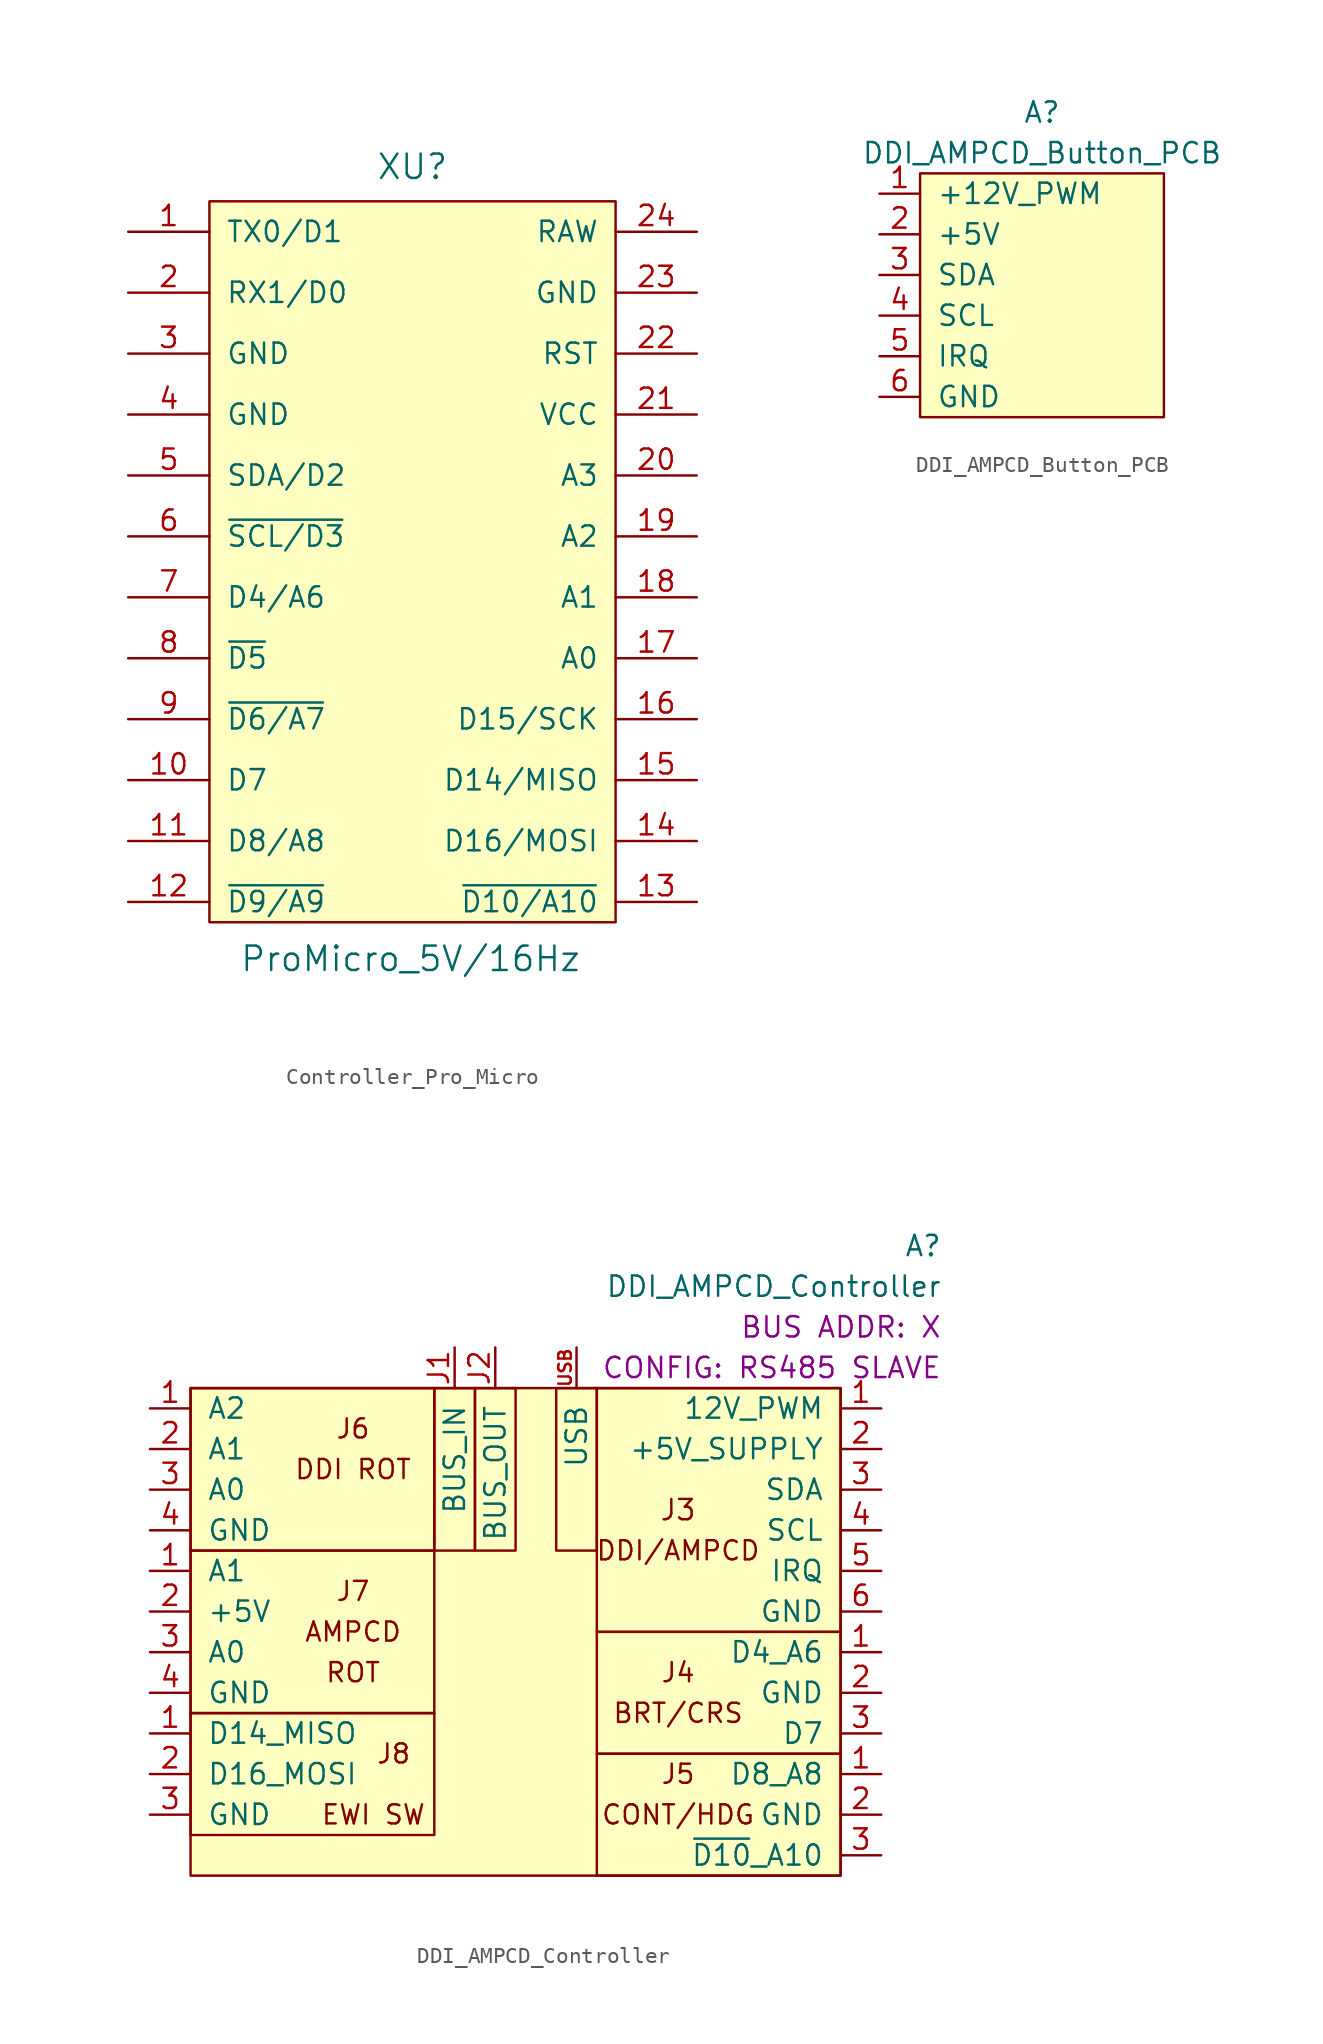
<source format=kicad_sym>
(kicad_symbol_lib
  (version 20220914)
  (generator kicad_symbol_editor)
  (symbol "Controller_Pro_Micro"
    (pin_names
      (offset 1.016))
    (property "Reference" "XU"
      (at 0 28.194 0)
      (effects (font (size 1.524 1.524))))
    (property "Value" "ProMicro_5V/16Hz"
      (at -0.127 -21.336 0)
      (effects (font (size 1.524 1.524))))
    (symbol "Controller_Pro_Micro_0_1"
      (rectangle (start -12.7 26.035) (end 12.7 -19.05) (stroke (width 0) (type default)) (fill (type background))))
    (symbol "Controller_Pro_Micro_1_1"
      (pin bidirectional line (at -17.78 24.13 0) (length 5.08) (name "TX0/D1" (effects (font (size 1.27 1.27)))) (number "1" (effects (font (size 1.27 1.27)))))
      (pin bidirectional line (at -17.78 -10.16 0) (length 5.08) (name "D7" (effects (font (size 1.27 1.27)))) (number "10" (effects (font (size 1.27 1.27)))))
      (pin bidirectional line (at -17.78 -13.97 0) (length 5.08) (name "D8/A8" (effects (font (size 1.27 1.27)))) (number "11" (effects (font (size 1.27 1.27)))))
      (pin bidirectional line (at -17.78 -17.78 0) (length 5.08) (name "~{D9/A9}" (effects (font (size 1.27 1.27)))) (number "12" (effects (font (size 1.27 1.27)))))
      (pin bidirectional line (at 17.78 -17.78 180) (length 5.08) (name "~{D10/A10}" (effects (font (size 1.27 1.27)))) (number "13" (effects (font (size 1.27 1.27)))))
      (pin bidirectional line (at 17.78 -13.97 180) (length 5.08) (name "D16/MOSI" (effects (font (size 1.27 1.27)))) (number "14" (effects (font (size 1.27 1.27)))))
      (pin bidirectional line (at 17.78 -10.16 180) (length 5.08) (name "D14/MISO" (effects (font (size 1.27 1.27)))) (number "15" (effects (font (size 1.27 1.27)))))
      (pin bidirectional line (at 17.78 -6.35 180) (length 5.08) (name "D15/SCK" (effects (font (size 1.27 1.27)))) (number "16" (effects (font (size 1.27 1.27)))))
      (pin bidirectional line (at 17.78 -2.54 180) (length 5.08) (name "A0" (effects (font (size 1.27 1.27)))) (number "17" (effects (font (size 1.27 1.27)))))
      (pin bidirectional line (at 17.78 1.27 180) (length 5.08) (name "A1" (effects (font (size 1.27 1.27)))) (number "18" (effects (font (size 1.27 1.27)))))
      (pin bidirectional line (at 17.78 5.08 180) (length 5.08) (name "A2" (effects (font (size 1.27 1.27)))) (number "19" (effects (font (size 1.27 1.27)))))
      (pin bidirectional line (at -17.78 20.32 0) (length 5.08) (name "RX1/D0" (effects (font (size 1.27 1.27)))) (number "2" (effects (font (size 1.27 1.27)))))
      (pin bidirectional line (at 17.78 8.89 180) (length 5.08) (name "A3" (effects (font (size 1.27 1.27)))) (number "20" (effects (font (size 1.27 1.27)))))
      (pin power_in line (at 17.78 12.7 180) (length 5.08) (name "VCC" (effects (font (size 1.27 1.27)))) (number "21" (effects (font (size 1.27 1.27)))))
      (pin bidirectional line (at 17.78 16.51 180) (length 5.08) (name "RST" (effects (font (size 1.27 1.27)))) (number "22" (effects (font (size 1.27 1.27)))))
      (pin power_in line (at 17.78 20.32 180) (length 5.08) (name "GND" (effects (font (size 1.27 1.27)))) (number "23" (effects (font (size 1.27 1.27)))))
      (pin power_in line (at 17.78 24.13 180) (length 5.08) (name "RAW" (effects (font (size 1.27 1.27)))) (number "24" (effects (font (size 1.27 1.27)))))
      (pin power_in line (at -17.78 16.51 0) (length 5.08) (name "GND" (effects (font (size 1.27 1.27)))) (number "3" (effects (font (size 1.27 1.27)))))
      (pin power_in line (at -17.78 12.7 0) (length 5.08) (name "GND" (effects (font (size 1.27 1.27)))) (number "4" (effects (font (size 1.27 1.27)))))
      (pin bidirectional line (at -17.78 8.89 0) (length 5.08) (name "SDA/D2" (effects (font (size 1.27 1.27)))) (number "5" (effects (font (size 1.27 1.27)))))
      (pin bidirectional line (at -17.78 5.08 0) (length 5.08) (name "~{SCL/D3}" (effects (font (size 1.27 1.27)))) (number "6" (effects (font (size 1.27 1.27)))))
      (pin bidirectional line (at -17.78 1.27 0) (length 5.08) (name "D4/A6" (effects (font (size 1.27 1.27)))) (number "7" (effects (font (size 1.27 1.27)))))
      (pin bidirectional line (at -17.78 -2.54 0) (length 5.08) (name "~{D5}" (effects (font (size 1.27 1.27)))) (number "8" (effects (font (size 1.27 1.27)))))
      (pin bidirectional line (at -17.78 -6.35 0) (length 5.08) (name "~{D6/A7}" (effects (font (size 1.27 1.27)))) (number "9" (effects (font (size 1.27 1.27)))))))
  (symbol "DDI_AMPCD_Button_PCB"
    (pin_names
      (offset 1.016))
    (property "Reference" "A"
      (at 0 11.43 0)
      (effects (font (size 1.27 1.27))))
    (property "Value" "DDI_AMPCD_Button_PCB"
      (at 0 8.89 0)
      (effects (font (size 1.27 1.27))))
    (symbol "DDI_AMPCD_Button_PCB_0_0"
      (rectangle (start -7.62 7.62) (end 7.62 -7.62) (stroke (width 0) (type default)) (fill (type background)))
      (pin power_in line (at -10.16 6.35 0) (length 2.54) (name "+12V_PWM" (effects (font (size 1.27 1.27)))) (number "1" (effects (font (size 1.27 1.27)))))
      (pin bidirectional line (at -10.16 3.81 0) (length 2.54) (name "+5V" (effects (font (size 1.27 1.27)))) (number "2" (effects (font (size 1.27 1.27)))))
      (pin bidirectional line (at -10.16 1.27 0) (length 2.54) (name "SDA" (effects (font (size 1.27 1.27)))) (number "3" (effects (font (size 1.27 1.27)))))
      (pin bidirectional line (at -10.16 -1.27 0) (length 2.54) (name "SCL" (effects (font (size 1.27 1.27)))) (number "4" (effects (font (size 1.27 1.27)))))
      (pin power_out line (at -10.16 -3.81 0) (length 2.54) (name "IRQ" (effects (font (size 1.27 1.27)))) (number "5" (effects (font (size 1.27 1.27)))))
      (pin unspecified line (at -10.16 -6.35 0) (length 2.54) (name "GND" (effects (font (size 1.27 1.27)))) (number "6" (effects (font (size 1.27 1.27)))))))
  (symbol "DDI_AMPCD_Controller"
    (pin_names
      (offset 1.016))
    (property "Reference" "A"
      (at 38.1 49.53 0)
      (effects (font (size 1.27 1.27)) (justify right)))
    (property "Value" "DDI_AMPCD_Controller"
      (at 38.1 46.99 0)
      (effects (font (size 1.27 1.27)) (justify right)))
    (property "CONFIG" "CONFIG: RS485 SLAVE"
      (at 38.1 41.91 0)
      (effects (font (size 1.27 1.27)) (justify right)))
    (property "RS485 ADDR" "BUS ADDR: X"
      (at 38.1 44.45 0)
      (effects (font (size 1.27 1.27)) (justify right)))
    (symbol "DDI_AMPCD_Controller_0_0"
      (rectangle (start -8.89 20.32) (end 6.35 12.7) (stroke (width 0) (type default)) (fill (type none)))
      (rectangle (start -8.89 30.48) (end 6.35 20.32) (stroke (width 0) (type default)) (fill (type none)))
      (rectangle (start -8.89 30.48) (end 6.35 40.64) (stroke (width 0) (type default)) (fill (type none)))
      (rectangle (start -8.89 40.64) (end 31.75 10.16) (stroke (width 0) (type default)) (fill (type background)))
      (rectangle (start 6.35 40.64) (end 8.89 30.48) (stroke (width 0) (type default)) (fill (type none)))
      (rectangle (start 8.89 40.64) (end 11.43 30.48) (stroke (width 0) (type default)) (fill (type none)))
      (rectangle (start 13.97 40.64) (end 16.51 30.48) (stroke (width 0) (type default)) (fill (type none)))
      (rectangle (start 31.75 17.78) (end 16.51 10.16) (stroke (width 0) (type default)) (fill (type none)))
      (rectangle (start 31.75 25.4) (end 16.51 17.78) (stroke (width 0) (type default)) (fill (type none)))
      (rectangle (start 31.75 25.4) (end 16.51 40.64) (stroke (width 0) (type default)) (fill (type none)))
      (text "AMPCD" (at 1.27 25.4 0) (effects (font (size 1.194 1.194))))
      (text "BRT/CRS" (at 21.59 20.32 0) (effects (font (size 1.194 1.194))))
      (text "CONT/HDG" (at 21.59 13.97 0) (effects (font (size 1.194 1.194))))
      (text "DDI ROT" (at 1.27 35.56 0) (effects (font (size 1.194 1.194))))
      (text "DDI/AMPCD" (at 21.59 30.48 0) (effects (font (size 1.194 1.194))))
      (text "EWI SW" (at 2.54 13.97 0) (effects (font (size 1.194 1.194))))
      (text "J3" (at 21.59 33.02 0) (effects (font (size 1.27 1.27))))
      (text "J4" (at 21.59 22.86 0) (effects (font (size 1.194 1.194))))
      (text "J5" (at 21.59 16.51 0) (effects (font (size 1.194 1.194))))
      (text "J6" (at 1.27 38.1 0) (effects (font (size 1.194 1.194))))
      (text "J7" (at 1.27 27.94 0) (effects (font (size 1.194 1.194))))
      (text "J8" (at 3.81 17.78 0) (effects (font (size 1.194 1.194))))
      (text "ROT" (at 1.27 22.86 0) (effects (font (size 1.194 1.194))))
      (pin unspecified line (at 34.29 39.37 180) (length 2.54) (name "12V_PWM" (effects (font (size 1.27 1.27)))) (number "1" (effects (font (size 1.27 1.27)))))
      (pin unspecified line (at -11.43 29.21 0) (length 2.54) (name "A1" (effects (font (size 1.27 1.27)))) (number "1" (effects (font (size 1.27 1.27)))))
      (pin unspecified line (at -11.43 39.37 0) (length 2.54) (name "A2" (effects (font (size 1.27 1.27)))) (number "1" (effects (font (size 1.27 1.27)))))
      (pin unspecified line (at -11.43 19.05 0) (length 2.54) (name "D14_MISO" (effects (font (size 1.27 1.27)))) (number "1" (effects (font (size 1.27 1.27)))))
      (pin unspecified line (at 34.29 24.13 180) (length 2.54) (name "D4_A6" (effects (font (size 1.27 1.27)))) (number "1" (effects (font (size 1.27 1.27)))))
      (pin unspecified line (at 34.29 16.51 180) (length 2.54) (name "D8_A8" (effects (font (size 1.27 1.27)))) (number "1" (effects (font (size 1.27 1.27)))))
      (pin unspecified line (at -11.43 26.67 0) (length 2.54) (name "+5V" (effects (font (size 1.27 1.27)))) (number "2" (effects (font (size 1.27 1.27)))))
      (pin unspecified line (at 34.29 36.83 180) (length 2.54) (name "+5V_SUPPLY" (effects (font (size 1.27 1.27)))) (number "2" (effects (font (size 1.27 1.27)))))
      (pin unspecified line (at -11.43 36.83 0) (length 2.54) (name "A1" (effects (font (size 1.27 1.27)))) (number "2" (effects (font (size 1.27 1.27)))))
      (pin unspecified line (at -11.43 16.51 0) (length 2.54) (name "D16_MOSI" (effects (font (size 1.27 1.27)))) (number "2" (effects (font (size 1.27 1.27)))))
      (pin unspecified line (at 34.29 13.97 180) (length 2.54) (name "GND" (effects (font (size 1.27 1.27)))) (number "2" (effects (font (size 1.27 1.27)))))
      (pin unspecified line (at 34.29 21.59 180) (length 2.54) (name "GND" (effects (font (size 1.27 1.27)))) (number "2" (effects (font (size 1.27 1.27)))))
      (pin unspecified line (at -11.43 24.13 0) (length 2.54) (name "A0" (effects (font (size 1.27 1.27)))) (number "3" (effects (font (size 1.27 1.27)))))
      (pin unspecified line (at -11.43 34.29 0) (length 2.54) (name "A0" (effects (font (size 1.27 1.27)))) (number "3" (effects (font (size 1.27 1.27)))))
      (pin unspecified line (at 34.29 19.05 180) (length 2.54) (name "D7" (effects (font (size 1.27 1.27)))) (number "3" (effects (font (size 1.27 1.27)))))
      (pin unspecified line (at -11.43 13.97 0) (length 2.54) (name "GND" (effects (font (size 1.27 1.27)))) (number "3" (effects (font (size 1.27 1.27)))))
      (pin unspecified line (at 34.29 34.29 180) (length 2.54) (name "SDA" (effects (font (size 1.27 1.27)))) (number "3" (effects (font (size 1.27 1.27)))))
      (pin unspecified line (at 34.29 11.43 180) (length 2.54) (name "~{D10}_A10" (effects (font (size 1.27 1.27)))) (number "3" (effects (font (size 1.27 1.27)))))
      (pin unspecified line (at -11.43 21.59 0) (length 2.54) (name "GND" (effects (font (size 1.27 1.27)))) (number "4" (effects (font (size 1.27 1.27)))))
      (pin unspecified line (at -11.43 31.75 0) (length 2.54) (name "GND" (effects (font (size 1.27 1.27)))) (number "4" (effects (font (size 1.27 1.27)))))
      (pin unspecified line (at 34.29 31.75 180) (length 2.54) (name "SCL" (effects (font (size 1.27 1.27)))) (number "4" (effects (font (size 1.27 1.27)))))
      (pin unspecified line (at 34.29 29.21 180) (length 2.54) (name "IRQ" (effects (font (size 1.27 1.27)))) (number "5" (effects (font (size 1.27 1.27)))))
      (pin unspecified line (at 34.29 26.67 180) (length 2.54) (name "GND" (effects (font (size 1.27 1.27)))) (number "6" (effects (font (size 1.27 1.27)))))
      (pin unspecified line (at 7.62 43.18 270) (length 2.54) (name "BUS_IN" (effects (font (size 1.27 1.27)))) (number "J1" (effects (font (size 1.27 1.27)))))
      (pin unspecified line (at 10.16 43.18 270) (length 2.54) (name "BUS_OUT" (effects (font (size 1.27 1.27)))) (number "J2" (effects (font (size 1.27 1.27)))))
      (pin unspecified line (at 15.24 43.18 270) (length 2.54) (name "USB" (effects (font (size 1.27 1.27)))) (number "USB" (effects (font (size 0.787 0.787))))))))
</source>
